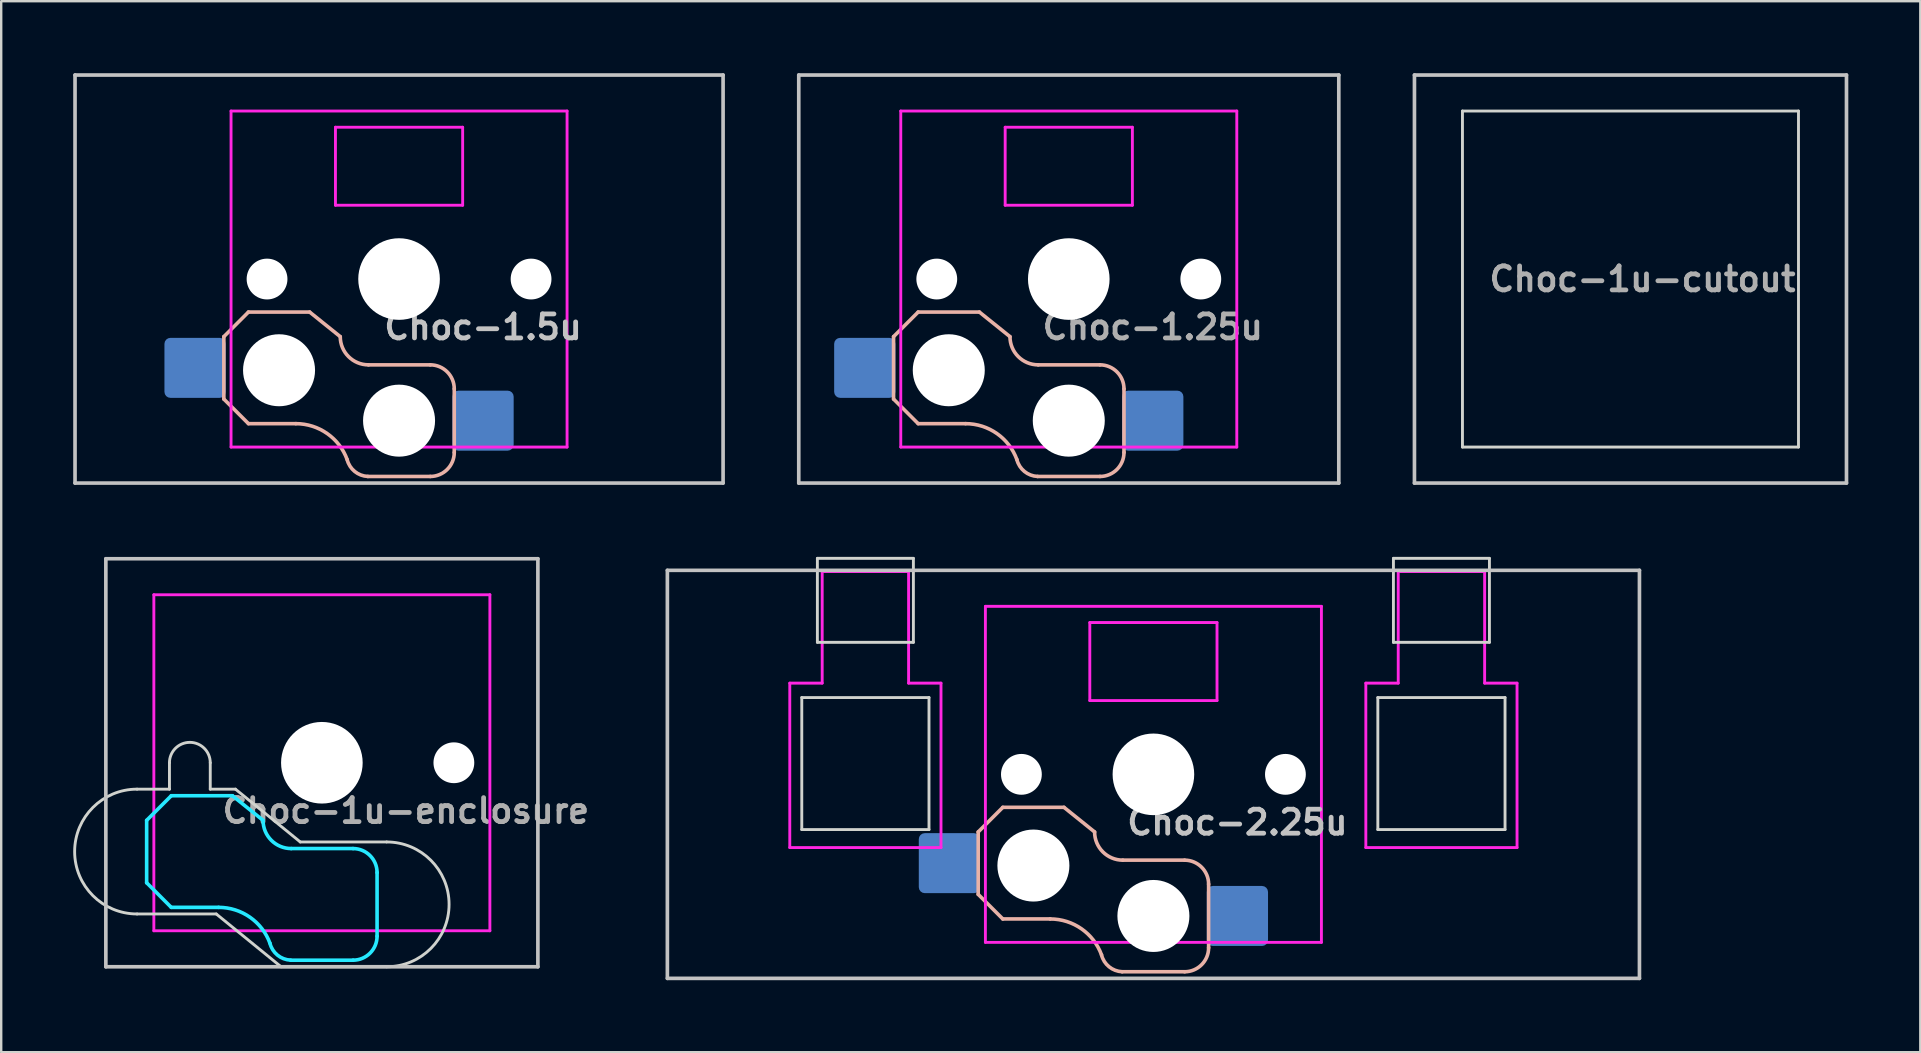
<source format=kicad_pcb>
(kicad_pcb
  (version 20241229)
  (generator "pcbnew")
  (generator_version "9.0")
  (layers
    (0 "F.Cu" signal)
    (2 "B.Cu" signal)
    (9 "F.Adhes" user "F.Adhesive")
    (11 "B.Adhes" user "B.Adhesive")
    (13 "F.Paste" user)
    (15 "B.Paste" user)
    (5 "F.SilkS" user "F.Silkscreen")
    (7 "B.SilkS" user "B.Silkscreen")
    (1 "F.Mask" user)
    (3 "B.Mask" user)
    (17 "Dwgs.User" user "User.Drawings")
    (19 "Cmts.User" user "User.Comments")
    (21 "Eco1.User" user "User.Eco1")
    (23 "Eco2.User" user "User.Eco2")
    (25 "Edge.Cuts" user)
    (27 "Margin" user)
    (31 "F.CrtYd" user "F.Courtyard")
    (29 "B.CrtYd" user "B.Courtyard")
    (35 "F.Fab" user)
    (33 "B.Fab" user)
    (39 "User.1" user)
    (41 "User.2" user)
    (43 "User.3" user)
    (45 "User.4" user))
  (footprint "Choc-1.25u"
    (layer "F.Cu")
    (at 41.479 8.576)
    (property "Reference" "Choc-1.25u" (at 3.5 2 180) (layer "F.Fab") (effects (font (size 1 1) (thickness 0.2))))
    (attr smd)
    (fp_line (start -7.3 2.4) (end -7.3 5) (stroke (width 0.15) (type solid)) (layer "B.SilkS"))
    (fp_line (start -7.3 2.4) (end -6.275 1.375) (stroke (width 0.15) (type solid)) (layer "B.SilkS"))
    (fp_line (start -7.3 5) (end -6.275 6.025) (stroke (width 0.15) (type solid)) (layer "B.SilkS"))
    (fp_line (start -4.3 6.025) (end -6.275 6.025) (stroke (width 0.15) (type solid)) (layer "B.SilkS"))
    (fp_line (start -3.725 1.375) (end -6.275 1.375) (stroke (width 0.15) (type solid)) (layer "B.SilkS"))
    (fp_line (start -3.725 1.375) (end -2.45 2.4) (stroke (width 0.15) (type solid)) (layer "B.SilkS"))
    (fp_line (start 1.3 3.575) (end -1.275 3.575) (stroke (width 0.15) (type solid)) (layer "B.SilkS"))
    (fp_line (start 1.3 8.225) (end -1.3 8.225) (stroke (width 0.15) (type solid)) (layer "B.SilkS"))
    (fp_line (start 2.3 4.575) (end 2.3 7.225) (stroke (width 0.15) (type solid)) (layer "B.SilkS"))
    (fp_arc (start -4.3 6.025) (mid -2.995114 6.436429) (end -2.162199 7.521904) (stroke (width 0.15) (type solid)) (layer "B.SilkS"))
    (fp_arc (start -1.300995 8.223791) (mid -1.848284 8.016021) (end -2.162199 7.521904) (stroke (width 0.15) (type solid)) (layer "B.SilkS"))
    (fp_arc (start -1.275 3.575) (mid -2.10585 3.23085) (end -2.45 2.4) (stroke (width 0.15) (type solid)) (layer "B.SilkS"))
    (fp_arc (start 1.3 3.575) (mid 2.007107 3.867893) (end 2.3 4.575) (stroke (width 0.15) (type solid)) (layer "B.SilkS"))
    (fp_arc (start 2.3 7.225) (mid 2.007107 7.932107) (end 1.3 8.225) (stroke (width 0.15) (type solid)) (layer "B.SilkS"))
    (fp_line (start -11.25 -8.5) (end 11.25 -8.5) (stroke (width 0.152) (type solid)) (layer "Dwgs.User"))
    (fp_line (start -11.25 8.5) (end -11.25 -8.5) (stroke (width 0.152) (type solid)) (layer "Dwgs.User"))
    (fp_line (start 11.25 -8.5) (end 11.25 8.5) (stroke (width 0.152) (type solid)) (layer "Dwgs.User"))
    (fp_line (start 11.25 8.5) (end -11.25 8.5) (stroke (width 0.152) (type solid)) (layer "Dwgs.User"))
    (fp_line (start -7 -7) (end -7 7) (stroke (width 0.12) (type solid)) (layer "F.CrtYd"))
    (fp_line (start -7 7) (end 7 7) (stroke (width 0.12) (type solid)) (layer "F.CrtYd"))
    (fp_line (start -2.65 -6.325) (end 2.65 -6.325) (stroke (width 0.12) (type solid)) (layer "F.CrtYd"))
    (fp_line (start -2.65 -3.075) (end -2.65 -6.325) (stroke (width 0.12) (type solid)) (layer "F.CrtYd"))
    (fp_line (start 2.65 -6.325) (end 2.65 -3.075) (stroke (width 0.12) (type solid)) (layer "F.CrtYd"))
    (fp_line (start 2.65 -3.075) (end -2.65 -3.075) (stroke (width 0.12) (type solid)) (layer "F.CrtYd"))
    (fp_line (start 7 -7) (end -7 -7) (stroke (width 0.12) (type solid)) (layer "F.CrtYd"))
    (fp_line (start 7 7) (end 7 -7) (stroke (width 0.12) (type solid)) (layer "F.CrtYd"))
    (pad "" np_thru_hole circle (at -5.5 0 180) (size 1.7 1.7) (drill 1.7) (layers "*.Cu" "*.Mask"))
    (pad "" np_thru_hole circle (at -5 3.8 90) (size 3 3) (drill 3) (layers "*.Cu" "*.Mask"))
    (pad "" np_thru_hole circle (at 0 0 90) (size 3.4 3.4) (drill 3.4) (layers "*.Cu" "*.Mask"))
    (pad "" np_thru_hole circle (at 0 5.9 90) (size 3 3) (drill 3) (layers "*.Cu" "*.Mask"))
    (pad "" np_thru_hole circle (at 5.5 0 180) (size 1.7 1.7) (drill 1.7) (layers "*.Cu" "*.Mask"))
    (pad "1" smd roundrect (at -8.5 3.7) (size 2.55 2.5) (layers "B.Cu" "B.Mask" "B.Paste") (roundrect_rratio 0.1))
    (pad "2" smd roundrect (at 3.5 5.9) (size 2.55 2.5) (layers "B.Cu" "B.Mask" "B.Paste") (roundrect_rratio 0.1)))
  (footprint "Choc-1.5u"
    (layer "F.Cu")
    (at 13.576 8.576)
    (property "Reference" "Choc-1.5u" (at 3.5 2 180) (layer "Dwgs.User") (effects (font (size 1 1) (thickness 0.2))))
    (attr through_hole)
    (fp_line (start -7.3 2.4) (end -7.3 5) (stroke (width 0.15) (type solid)) (layer "B.SilkS"))
    (fp_line (start -7.3 2.4) (end -6.275 1.375) (stroke (width 0.15) (type solid)) (layer "B.SilkS"))
    (fp_line (start -7.3 5) (end -6.275 6.025) (stroke (width 0.15) (type solid)) (layer "B.SilkS"))
    (fp_line (start -4.3 6.025) (end -6.275 6.025) (stroke (width 0.15) (type solid)) (layer "B.SilkS"))
    (fp_line (start -3.725 1.375) (end -6.275 1.375) (stroke (width 0.15) (type solid)) (layer "B.SilkS"))
    (fp_line (start -3.725 1.375) (end -2.45 2.4) (stroke (width 0.15) (type solid)) (layer "B.SilkS"))
    (fp_line (start 1.3 3.575) (end -1.275 3.575) (stroke (width 0.15) (type solid)) (layer "B.SilkS"))
    (fp_line (start 1.3 8.225) (end -1.3 8.225) (stroke (width 0.15) (type solid)) (layer "B.SilkS"))
    (fp_line (start 2.3 4.575) (end 2.3 7.225) (stroke (width 0.15) (type solid)) (layer "B.SilkS"))
    (fp_arc (start -4.3 6.025) (mid -2.995114 6.436429) (end -2.162199 7.521904) (stroke (width 0.15) (type solid)) (layer "B.SilkS"))
    (fp_arc (start -1.300995 8.223791) (mid -1.848284 8.016021) (end -2.162199 7.521904) (stroke (width 0.15) (type solid)) (layer "B.SilkS"))
    (fp_arc (start -1.275 3.575) (mid -2.10585 3.23085) (end -2.45 2.4) (stroke (width 0.15) (type solid)) (layer "B.SilkS"))
    (fp_arc (start 1.3 3.575) (mid 2.007107 3.867893) (end 2.3 4.575) (stroke (width 0.15) (type solid)) (layer "B.SilkS"))
    (fp_arc (start 2.3 7.225) (mid 2.007107 7.932107) (end 1.3 8.225) (stroke (width 0.15) (type solid)) (layer "B.SilkS"))
    (fp_line (start -13.5 -8.5) (end 13.5 -8.5) (stroke (width 0.152) (type solid)) (layer "Dwgs.User"))
    (fp_line (start -13.5 8.5) (end -13.5 -8.5) (stroke (width 0.152) (type solid)) (layer "Dwgs.User"))
    (fp_line (start 13.5 -8.5) (end 13.5 8.5) (stroke (width 0.152) (type solid)) (layer "Dwgs.User"))
    (fp_line (start 13.5 8.5) (end -13.5 8.5) (stroke (width 0.152) (type solid)) (layer "Dwgs.User"))
    (fp_line (start -7 -7) (end -7 7) (stroke (width 0.12) (type solid)) (layer "F.CrtYd"))
    (fp_line (start -7 7) (end 7 7) (stroke (width 0.12) (type solid)) (layer "F.CrtYd"))
    (fp_line (start -2.65 -6.325) (end 2.65 -6.325) (stroke (width 0.12) (type solid)) (layer "F.CrtYd"))
    (fp_line (start -2.65 -3.075) (end -2.65 -6.325) (stroke (width 0.12) (type solid)) (layer "F.CrtYd"))
    (fp_line (start 2.65 -6.325) (end 2.65 -3.075) (stroke (width 0.12) (type solid)) (layer "F.CrtYd"))
    (fp_line (start 2.65 -3.075) (end -2.65 -3.075) (stroke (width 0.12) (type solid)) (layer "F.CrtYd"))
    (fp_line (start 7 -7) (end -7 -7) (stroke (width 0.12) (type solid)) (layer "F.CrtYd"))
    (fp_line (start 7 7) (end 7 -7) (stroke (width 0.12) (type solid)) (layer "F.CrtYd"))
    (pad "" np_thru_hole circle (at -5.5 0 180) (size 1.7 1.7) (drill 1.7) (layers "*.Cu" "*.Mask"))
    (pad "" np_thru_hole circle (at -5 3.8 90) (size 3 3) (drill 3) (layers "*.Cu" "*.Mask"))
    (pad "" np_thru_hole circle (at 0 0 90) (size 3.4 3.4) (drill 3.4) (layers "*.Cu" "*.Mask"))
    (pad "" np_thru_hole circle (at 0 5.9 90) (size 3 3) (drill 3) (layers "*.Cu" "*.Mask"))
    (pad "" np_thru_hole circle (at 5.5 0 180) (size 1.7 1.7) (drill 1.7) (layers "*.Cu" "*.Mask"))
    (pad "1" smd roundrect (at -8.5 3.7) (size 2.55 2.5) (layers "B.Cu" "B.Mask" "B.Paste") (roundrect_rratio 0.1))
    (pad "2" smd roundrect (at 3.5 5.9) (size 2.55 2.5) (layers "B.Cu" "B.Mask" "B.Paste") (roundrect_rratio 0.1)))
  (footprint "Choc-1u-cutout"
    (layer "F.Cu")
    (at 64.881 8.576)
    (property "Reference" "Choc-1u-cutout" (at 0.5 0 180) (layer "F.Fab") (effects (font (size 1 1) (thickness 0.2))))
    (attr through_hole)
    (fp_line (start -9 -8.5) (end 9 -8.5) (stroke (width 0.152) (type solid)) (layer "Dwgs.User"))
    (fp_line (start -9 8.5) (end -9 -8.5) (stroke (width 0.152) (type solid)) (layer "Dwgs.User"))
    (fp_line (start 9 -8.5) (end 9 8.5) (stroke (width 0.152) (type solid)) (layer "Dwgs.User"))
    (fp_line (start 9 8.5) (end -9 8.5) (stroke (width 0.152) (type solid)) (layer "Dwgs.User"))
    (fp_line (start -7 -7) (end -7 7) (stroke (width 0.12) (type solid)) (layer "Edge.Cuts"))
    (fp_line (start -7 7) (end 7 7) (stroke (width 0.12) (type solid)) (layer "Edge.Cuts"))
    (fp_line (start 7 -7) (end -7 -7) (stroke (width 0.12) (type solid)) (layer "Edge.Cuts"))
    (fp_line (start 7 7) (end 7 -7) (stroke (width 0.12) (type solid)) (layer "Edge.Cuts")))
  (footprint "Choc-2.25u"
    (layer "F.Cu")
    (at 45.005 29.212)
    (property "Reference" "Choc-2.25u" (at 3.5 2 180) (layer "Dwgs.User") (effects (font (size 1 1) (thickness 0.2))))
    (attr through_hole)
    (fp_line (start -7.3 2.4) (end -7.3 5) (stroke (width 0.15) (type solid)) (layer "B.SilkS"))
    (fp_line (start -7.3 2.4) (end -6.275 1.375) (stroke (width 0.15) (type solid)) (layer "B.SilkS"))
    (fp_line (start -7.3 5) (end -6.275 6.025) (stroke (width 0.15) (type solid)) (layer "B.SilkS"))
    (fp_line (start -4.3 6.025) (end -6.275 6.025) (stroke (width 0.15) (type solid)) (layer "B.SilkS"))
    (fp_line (start -3.725 1.375) (end -6.275 1.375) (stroke (width 0.15) (type solid)) (layer "B.SilkS"))
    (fp_line (start -3.725 1.375) (end -2.45 2.4) (stroke (width 0.15) (type solid)) (layer "B.SilkS"))
    (fp_line (start 1.3 3.575) (end -1.275 3.575) (stroke (width 0.15) (type solid)) (layer "B.SilkS"))
    (fp_line (start 1.3 8.225) (end -1.3 8.225) (stroke (width 0.15) (type solid)) (layer "B.SilkS"))
    (fp_line (start 2.3 4.575) (end 2.3 7.225) (stroke (width 0.15) (type solid)) (layer "B.SilkS"))
    (fp_arc (start -4.3 6.025) (mid -2.995114 6.436429) (end -2.162199 7.521904) (stroke (width 0.15) (type solid)) (layer "B.SilkS"))
    (fp_arc (start -1.300995 8.223791) (mid -1.848284 8.016021) (end -2.162199 7.521904) (stroke (width 0.15) (type solid)) (layer "B.SilkS"))
    (fp_arc (start -1.275 3.575) (mid -2.10585 3.23085) (end -2.45 2.4) (stroke (width 0.15) (type solid)) (layer "B.SilkS"))
    (fp_arc (start 1.3 3.575) (mid 2.007107 3.867893) (end 2.3 4.575) (stroke (width 0.15) (type solid)) (layer "B.SilkS"))
    (fp_arc (start 2.3 7.225) (mid 2.007107 7.932107) (end 1.3 8.225) (stroke (width 0.15) (type solid)) (layer "B.SilkS"))
    (fp_line (start -20.25 -8.5) (end 20.25 -8.5) (stroke (width 0.152) (type solid)) (layer "Dwgs.User"))
    (fp_line (start -20.25 8.5) (end -20.25 -8.5) (stroke (width 0.152) (type solid)) (layer "Dwgs.User"))
    (fp_line (start 20.25 -8.5) (end 20.25 8.5) (stroke (width 0.152) (type solid)) (layer "Dwgs.User"))
    (fp_line (start 20.25 8.5) (end -20.25 8.5) (stroke (width 0.152) (type solid)) (layer "Dwgs.User"))
    (fp_line (start -14.65 -3.2) (end -14.65 2.3) (stroke (width 0.12) (type solid)) (layer "Edge.Cuts"))
    (fp_line (start -14.65 -3.2) (end -9.35 -3.2) (stroke (width 0.12) (type solid)) (layer "Edge.Cuts"))
    (fp_line (start -14.65 2.3) (end -9.35 2.3) (stroke (width 0.12) (type solid)) (layer "Edge.Cuts"))
    (fp_line (start -14 -9) (end -14 -5.5) (stroke (width 0.12) (type solid)) (layer "Edge.Cuts"))
    (fp_line (start -14 -9) (end -10 -9) (stroke (width 0.12) (type solid)) (layer "Edge.Cuts"))
    (fp_line (start -14 -5.5) (end -10 -5.5) (stroke (width 0.12) (type solid)) (layer "Edge.Cuts"))
    (fp_line (start -10 -5.5) (end -10 -9) (stroke (width 0.12) (type solid)) (layer "Edge.Cuts"))
    (fp_line (start -9.35 2.3) (end -9.35 -3.2) (stroke (width 0.12) (type solid)) (layer "Edge.Cuts"))
    (fp_line (start 9.35 -3.2) (end 9.35 2.3) (stroke (width 0.12) (type solid)) (layer "Edge.Cuts"))
    (fp_line (start 9.35 -3.2) (end 14.65 -3.2) (stroke (width 0.12) (type solid)) (layer "Edge.Cuts"))
    (fp_line (start 9.35 2.3) (end 14.65 2.3) (stroke (width 0.12) (type solid)) (layer "Edge.Cuts"))
    (fp_line (start 10 -9) (end 10 -5.5) (stroke (width 0.12) (type solid)) (layer "Edge.Cuts"))
    (fp_line (start 10 -9) (end 14 -9) (stroke (width 0.12) (type solid)) (layer "Edge.Cuts"))
    (fp_line (start 10 -5.5) (end 14 -5.5) (stroke (width 0.12) (type solid)) (layer "Edge.Cuts"))
    (fp_line (start 14 -5.5) (end 14 -9) (stroke (width 0.12) (type solid)) (layer "Edge.Cuts"))
    (fp_line (start 14.65 2.3) (end 14.65 -3.2) (stroke (width 0.12) (type solid)) (layer "Edge.Cuts"))
    (fp_line (start -15.15 -3.8) (end -13.8 -3.8) (stroke (width 0.12) (type solid)) (layer "F.CrtYd"))
    (fp_line (start -15.15 3.05) (end -15.15 -3.8) (stroke (width 0.12) (type solid)) (layer "F.CrtYd"))
    (fp_line (start -15.15 3.05) (end -8.85 3.05) (stroke (width 0.12) (type solid)) (layer "F.CrtYd"))
    (fp_line (start -13.8 -8.45) (end -13.8 -3.8) (stroke (width 0.12) (type solid)) (layer "F.CrtYd"))
    (fp_line (start -13.8 -8.45) (end -10.2 -8.45) (stroke (width 0.12) (type solid)) (layer "F.CrtYd"))
    (fp_line (start -10.2 -8.45) (end -10.2 -3.8) (stroke (width 0.12) (type solid)) (layer "F.CrtYd"))
    (fp_line (start -10.2 -3.8) (end -8.85 -3.8) (stroke (width 0.12) (type solid)) (layer "F.CrtYd"))
    (fp_line (start -8.85 3.05) (end -8.85 -3.8) (stroke (width 0.12) (type solid)) (layer "F.CrtYd"))
    (fp_line (start -7 -7) (end -7 7) (stroke (width 0.12) (type solid)) (layer "F.CrtYd"))
    (fp_line (start -7 7) (end 7 7) (stroke (width 0.12) (type solid)) (layer "F.CrtYd"))
    (fp_line (start -2.65 -6.325) (end 2.65 -6.325) (stroke (width 0.12) (type solid)) (layer "F.CrtYd"))
    (fp_line (start -2.65 -3.075) (end -2.65 -6.325) (stroke (width 0.12) (type solid)) (layer "F.CrtYd"))
    (fp_line (start 2.65 -6.325) (end 2.65 -3.075) (stroke (width 0.12) (type solid)) (layer "F.CrtYd"))
    (fp_line (start 2.65 -3.075) (end -2.65 -3.075) (stroke (width 0.12) (type solid)) (layer "F.CrtYd"))
    (fp_line (start 7 -7) (end -7 -7) (stroke (width 0.12) (type solid)) (layer "F.CrtYd"))
    (fp_line (start 7 7) (end 7 -7) (stroke (width 0.12) (type solid)) (layer "F.CrtYd"))
    (fp_line (start 8.85 -3.8) (end 10.2 -3.8) (stroke (width 0.12) (type solid)) (layer "F.CrtYd"))
    (fp_line (start 8.85 3.05) (end 8.85 -3.8) (stroke (width 0.12) (type solid)) (layer "F.CrtYd"))
    (fp_line (start 8.85 3.05) (end 15.15 3.05) (stroke (width 0.12) (type solid)) (layer "F.CrtYd"))
    (fp_line (start 10.2 -8.45) (end 10.2 -3.8) (stroke (width 0.12) (type solid)) (layer "F.CrtYd"))
    (fp_line (start 10.2 -8.45) (end 13.8 -8.45) (stroke (width 0.12) (type solid)) (layer "F.CrtYd"))
    (fp_line (start 13.8 -8.45) (end 13.8 -3.8) (stroke (width 0.12) (type solid)) (layer "F.CrtYd"))
    (fp_line (start 13.8 -3.8) (end 15.15 -3.8) (stroke (width 0.12) (type solid)) (layer "F.CrtYd"))
    (fp_line (start 15.15 3.05) (end 15.15 -3.8) (stroke (width 0.12) (type solid)) (layer "F.CrtYd"))
    (pad "" np_thru_hole circle (at -5.5 0 180) (size 1.7 1.7) (drill 1.7) (layers "*.Cu" "*.Mask"))
    (pad "" np_thru_hole circle (at -5 3.8 90) (size 3 3) (drill 3) (layers "*.Cu" "*.Mask"))
    (pad "" np_thru_hole circle (at 0 0 90) (size 3.4 3.4) (drill 3.4) (layers "*.Cu" "*.Mask"))
    (pad "" np_thru_hole circle (at 0 5.9 90) (size 3 3) (drill 3) (layers "*.Cu" "*.Mask"))
    (pad "" np_thru_hole circle (at 5.5 0 180) (size 1.7 1.7) (drill 1.7) (layers "*.Cu" "*.Mask"))
    (pad "1" smd roundrect (at -8.5 3.7) (size 2.55 2.5) (layers "B.Cu" "B.Mask" "B.Paste") (roundrect_rratio 0.1))
    (pad "2" smd roundrect (at 3.5 5.9) (size 2.55 2.5) (layers "B.Cu" "B.Mask" "B.Paste") (roundrect_rratio 0.1)))
  (footprint "Choc-1u-enclosure"
    (layer "F.Cu")
    (at 10.36 28.729)
    (property "Reference" "Choc-1u-enclosure" (at 3.5 2 180) (layer "F.Fab") (effects (font (size 1 1) (thickness 0.2))))
    (attr through_hole)
    (fp_line (start -9 -8.5) (end 9 -8.5) (stroke (width 0.152) (type solid)) (layer "Dwgs.User"))
    (fp_line (start -9 8.5) (end -9 -8.5) (stroke (width 0.152) (type solid)) (layer "Dwgs.User"))
    (fp_line (start 9 -8.5) (end 9 8.5) (stroke (width 0.152) (type solid)) (layer "Dwgs.User"))
    (fp_line (start 9 8.5) (end -9 8.5) (stroke (width 0.152) (type solid)) (layer "Dwgs.User"))
    (fp_line (start -6.35 0) (end -6.35 1.1) (stroke (width 0.12) (type solid)) (layer "Edge.Cuts"))
    (fp_line (start -6.35 1.1) (end -7.7 1.1) (stroke (width 0.12) (type solid)) (layer "Edge.Cuts"))
    (fp_line (start -4.65 0) (end -4.65 1.1) (stroke (width 0.12) (type solid)) (layer "Edge.Cuts"))
    (fp_line (start -4.65 1.1) (end -3.6 1.1) (stroke (width 0.12) (type solid)) (layer "Edge.Cuts"))
    (fp_line (start -4.4 6.3) (end -7.7 6.3) (stroke (width 0.12) (type solid)) (layer "Edge.Cuts"))
    (fp_line (start -1.7 8.5) (end -4.4 6.3) (stroke (width 0.12) (type solid)) (layer "Edge.Cuts"))
    (fp_line (start -1.7 8.5) (end 2.7 8.5) (stroke (width 0.12) (type solid)) (layer "Edge.Cuts"))
    (fp_line (start -0.9 3.3) (end -3.6 1.1) (stroke (width 0.12) (type solid)) (layer "Edge.Cuts"))
    (fp_line (start -0.9 3.3) (end 2.7 3.3) (stroke (width 0.12) (type solid)) (layer "Edge.Cuts"))
    (fp_arc (start -7.7 6.3) (mid -10.3 3.7) (end -7.7 1.1) (stroke (width 0.12) (type solid)) (layer "Edge.Cuts"))
    (fp_arc (start -6.35 0) (mid -5.5 -0.85) (end -4.65 0) (stroke (width 0.12) (type solid)) (layer "Edge.Cuts"))
    (fp_arc (start 2.7 3.3) (mid 5.3 5.9) (end 2.7 8.5) (stroke (width 0.12) (type solid)) (layer "Edge.Cuts"))
    (fp_line (start -7.3 2.4) (end -7.3 5) (stroke (width 0.15) (type solid)) (layer "B.CrtYd"))
    (fp_line (start -7.3 2.4) (end -6.275 1.375) (stroke (width 0.15) (type solid)) (layer "B.CrtYd"))
    (fp_line (start -7.3 5) (end -6.275 6.025) (stroke (width 0.15) (type solid)) (layer "B.CrtYd"))
    (fp_line (start -4.3 6.025) (end -6.275 6.025) (stroke (width 0.15) (type solid)) (layer "B.CrtYd"))
    (fp_line (start -3.725 1.375) (end -6.275 1.375) (stroke (width 0.15) (type solid)) (layer "B.CrtYd"))
    (fp_line (start -3.725 1.375) (end -2.45 2.4) (stroke (width 0.15) (type solid)) (layer "B.CrtYd"))
    (fp_line (start 1.3 3.575) (end -1.275 3.575) (stroke (width 0.15) (type solid)) (layer "B.CrtYd"))
    (fp_line (start 1.3 8.225) (end -1.3 8.225) (stroke (width 0.15) (type solid)) (layer "B.CrtYd"))
    (fp_line (start 2.3 4.575) (end 2.3 7.225) (stroke (width 0.15) (type solid)) (layer "B.CrtYd"))
    (fp_arc (start -4.3 6.025) (mid -2.995114 6.436429) (end -2.162199 7.521904) (stroke (width 0.15) (type solid)) (layer "B.CrtYd"))
    (fp_arc (start -1.300995 8.223791) (mid -1.848284 8.016021) (end -2.162199 7.521904) (stroke (width 0.15) (type solid)) (layer "B.CrtYd"))
    (fp_arc (start -1.275 3.575) (mid -2.10585 3.23085) (end -2.45 2.4) (stroke (width 0.15) (type solid)) (layer "B.CrtYd"))
    (fp_arc (start 1.3 3.575) (mid 2.007107 3.867893) (end 2.3 4.575) (stroke (width 0.15) (type solid)) (layer "B.CrtYd"))
    (fp_arc (start 2.3 7.225) (mid 2.007107 7.932107) (end 1.3 8.225) (stroke (width 0.15) (type solid)) (layer "B.CrtYd"))
    (fp_line (start -7 -7) (end -7 7) (stroke (width 0.12) (type solid)) (layer "F.CrtYd"))
    (fp_line (start -7 7) (end 7 7) (stroke (width 0.12) (type solid)) (layer "F.CrtYd"))
    (fp_line (start 7 -7) (end -7 -7) (stroke (width 0.12) (type solid)) (layer "F.CrtYd"))
    (fp_line (start 7 7) (end 7 -7) (stroke (width 0.12) (type solid)) (layer "F.CrtYd"))
    (pad "" np_thru_hole circle (at 0 0 90) (size 3.4 3.4) (drill 3.4) (layers "*.Cu" "*.Mask"))
    (pad "" np_thru_hole circle (at 5.5 0 180) (size 1.7 1.7) (drill 1.7) (layers "*.Cu" "*.Mask")))
  (gr_rect
    (start -3 -3)
    (end 76.957 40.789)
    (stroke (width 0.1) (type default))
    (fill no)
    (layer "Edge.Cuts")))
</source>
